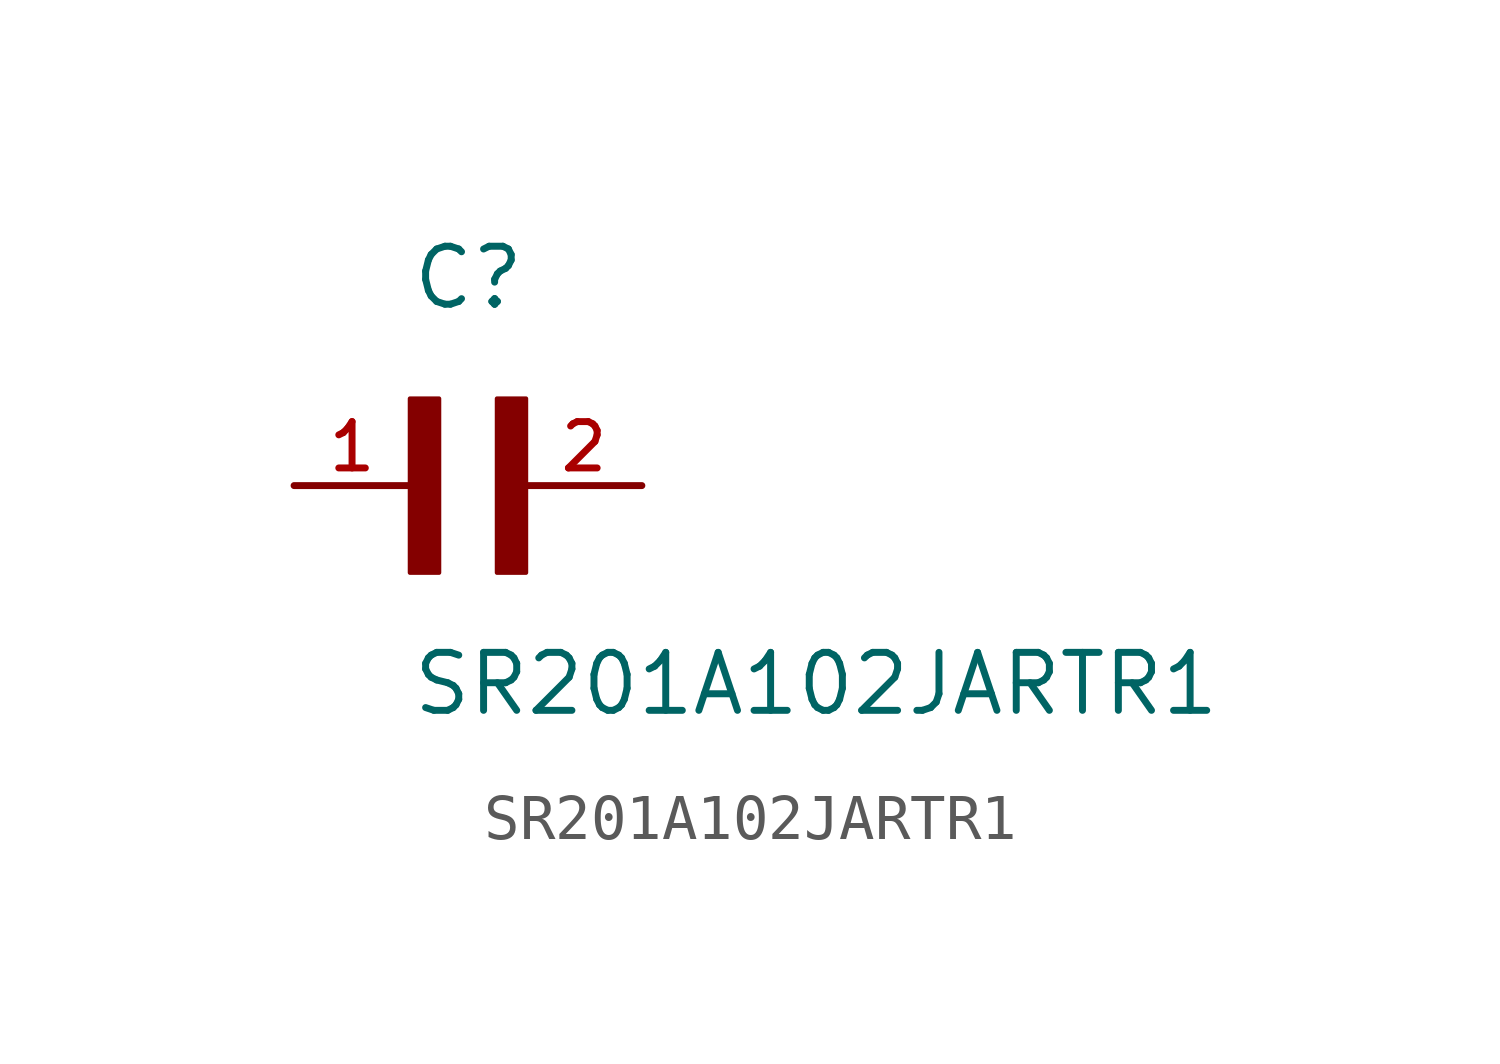
<source format=kicad_sym>
(kicad_symbol_lib
  (version 20211014)
  (generator kicad_symbol_editor)
  (symbol "SR201A102JARTR1"
    (pin_names
      (offset 1.016))
    (property "Reference" "C"
      (at 0.0 3.811 0)
      (effects (font (size 1.27 1.27)) (justify bottom left)))
    (property "Value" "SR201A102JARTR1"
      (at 0.0 -5.088 0)
      (effects (font (size 1.27 1.27)) (justify bottom left)))
    (symbol "SR201A102JARTR1_0_0"
      (rectangle (start 0.0 -1.907) (end 0.635 1.905) (stroke (width 0.1)) (fill (type outline)))
      (rectangle (start 1.907 -1.907) (end 2.54 1.905) (stroke (width 0.1)) (fill (type outline)))
      (pin passive line (at -2.54 0.0 0) (length 2.54) (name "~" (effects (font (size 1.016 1.016)))) (number "1" (effects (font (size 1.016 1.016)))))
      (pin passive line (at 5.08 0.0 180.0) (length 2.54) (name "~" (effects (font (size 1.016 1.016)))) (number "2" (effects (font (size 1.016 1.016))))))))
</source>
